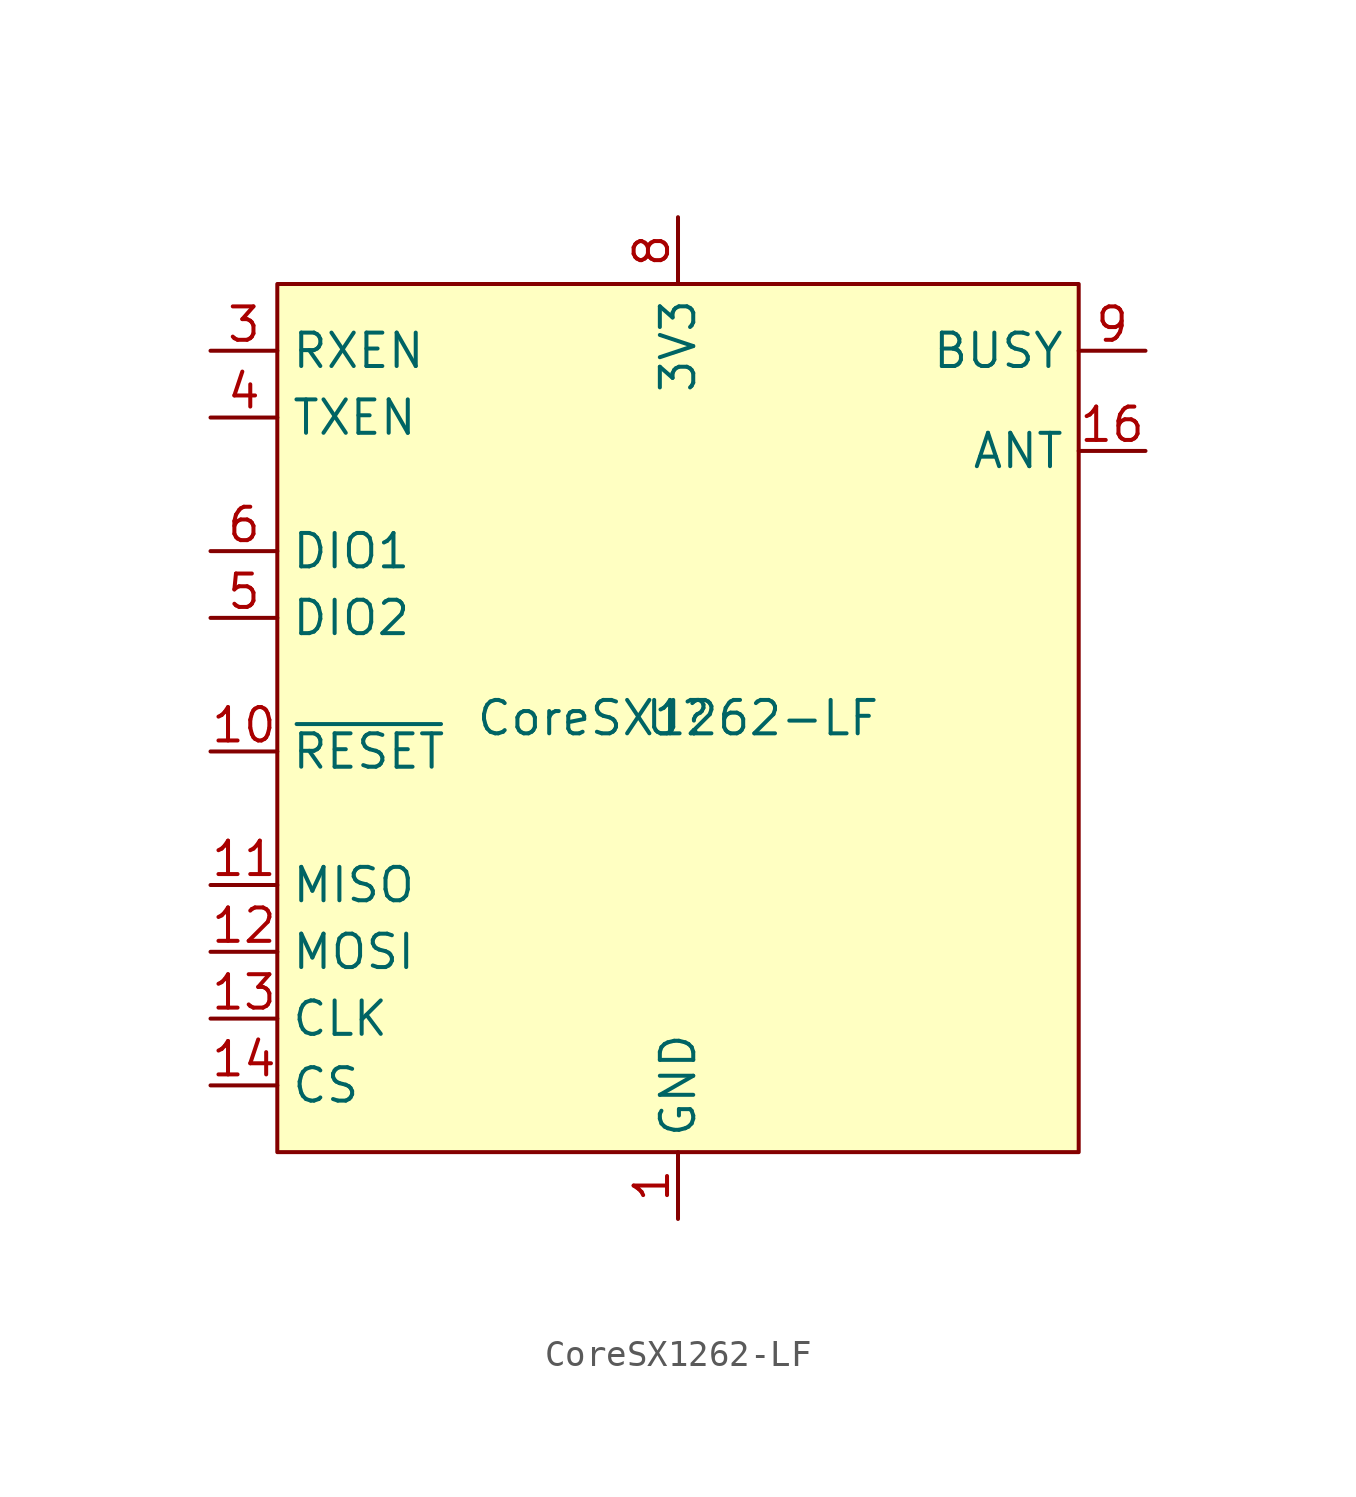
<source format=kicad_sym>
(kicad_symbol_lib
  (version 20241209)
  (generator "kicad_symbol_editor")
  (generator_version "9.0")
  (symbol "CoreSX1262-LF"
    (property "Reference" "U"
      (at 0 0 0)
      (effects (font (size 1.27 1.27))))
    (property "Value" "CoreSX1262-LF"
      (at 0 0 0)
      (effects (font (size 1.27 1.27))))
    (symbol "CoreSX1262-LF_1_1"
      (rectangle (start -15.24 16.51) (end 15.24 -16.51) (stroke (width 0) (type solid)) (fill (type background)))
      (pin input line (at -17.78 13.97 0) (length 2.54) (name "RXEN" (effects (font (size 1.27 1.27)))) (number "3" (effects (font (size 1.27 1.27)))))
      (pin input line (at -17.78 11.43 0) (length 2.54) (name "TXEN" (effects (font (size 1.27 1.27)))) (number "4" (effects (font (size 1.27 1.27)))))
      (pin bidirectional line (at -17.78 6.35 0) (length 2.54) (name "DIO1" (effects (font (size 1.27 1.27)))) (number "6" (effects (font (size 1.27 1.27)))))
      (pin bidirectional line (at -17.78 3.81 0) (length 2.54) (name "DIO2" (effects (font (size 1.27 1.27)))) (number "5" (effects (font (size 1.27 1.27)))))
      (pin input line (at -17.78 -1.27 0) (length 2.54) (name "~{RESET}" (effects (font (size 1.27 1.27)))) (number "10" (effects (font (size 1.27 1.27)))))
      (pin output line (at -17.78 -6.35 0) (length 2.54) (name "MISO" (effects (font (size 1.27 1.27)))) (number "11" (effects (font (size 1.27 1.27)))))
      (pin input line (at -17.78 -8.89 0) (length 2.54) (name "MOSI" (effects (font (size 1.27 1.27)))) (number "12" (effects (font (size 1.27 1.27)))))
      (pin input line (at -17.78 -11.43 0) (length 2.54) (name "CLK" (effects (font (size 1.27 1.27)))) (number "13" (effects (font (size 1.27 1.27)))))
      (pin input line (at -17.78 -13.97 0) (length 2.54) (name "CS" (effects (font (size 1.27 1.27)))) (number "14" (effects (font (size 1.27 1.27)))))
      (pin power_in line (at 0 19.05 270) (length 2.54) (name "3V3" (effects (font (size 1.27 1.27)))) (number "8" (effects (font (size 1.27 1.27)))))
      (pin power_in line (at 0 -19.05 90) (length 2.54) (name "GND" (effects (font (size 1.27 1.27)))) (number "1" (effects (font (size 1.27 1.27)))))
      (pin power_in line (at 0 -19.05 90) (length 2.54) (hide yes) (name "GND" (effects (font (size 1.27 1.27)))) (number "15" (effects (font (size 1.27 1.27)))))
      (pin power_in line (at 0 -19.05 90) (length 2.54) (hide yes) (name "GND" (effects (font (size 1.27 1.27)))) (number "2" (effects (font (size 1.27 1.27)))))
      (pin power_in line (at 0 -19.05 90) (length 2.54) (hide yes) (name "GND" (effects (font (size 1.27 1.27)))) (number "7" (effects (font (size 1.27 1.27)))))
      (pin output line (at 17.78 13.97 180) (length 2.54) (name "BUSY" (effects (font (size 1.27 1.27)))) (number "9" (effects (font (size 1.27 1.27)))))
      (pin output line (at 17.78 10.16 180) (length 2.54) (name "ANT" (effects (font (size 1.27 1.27)))) (number "16" (effects (font (size 1.27 1.27))))))))
</source>
